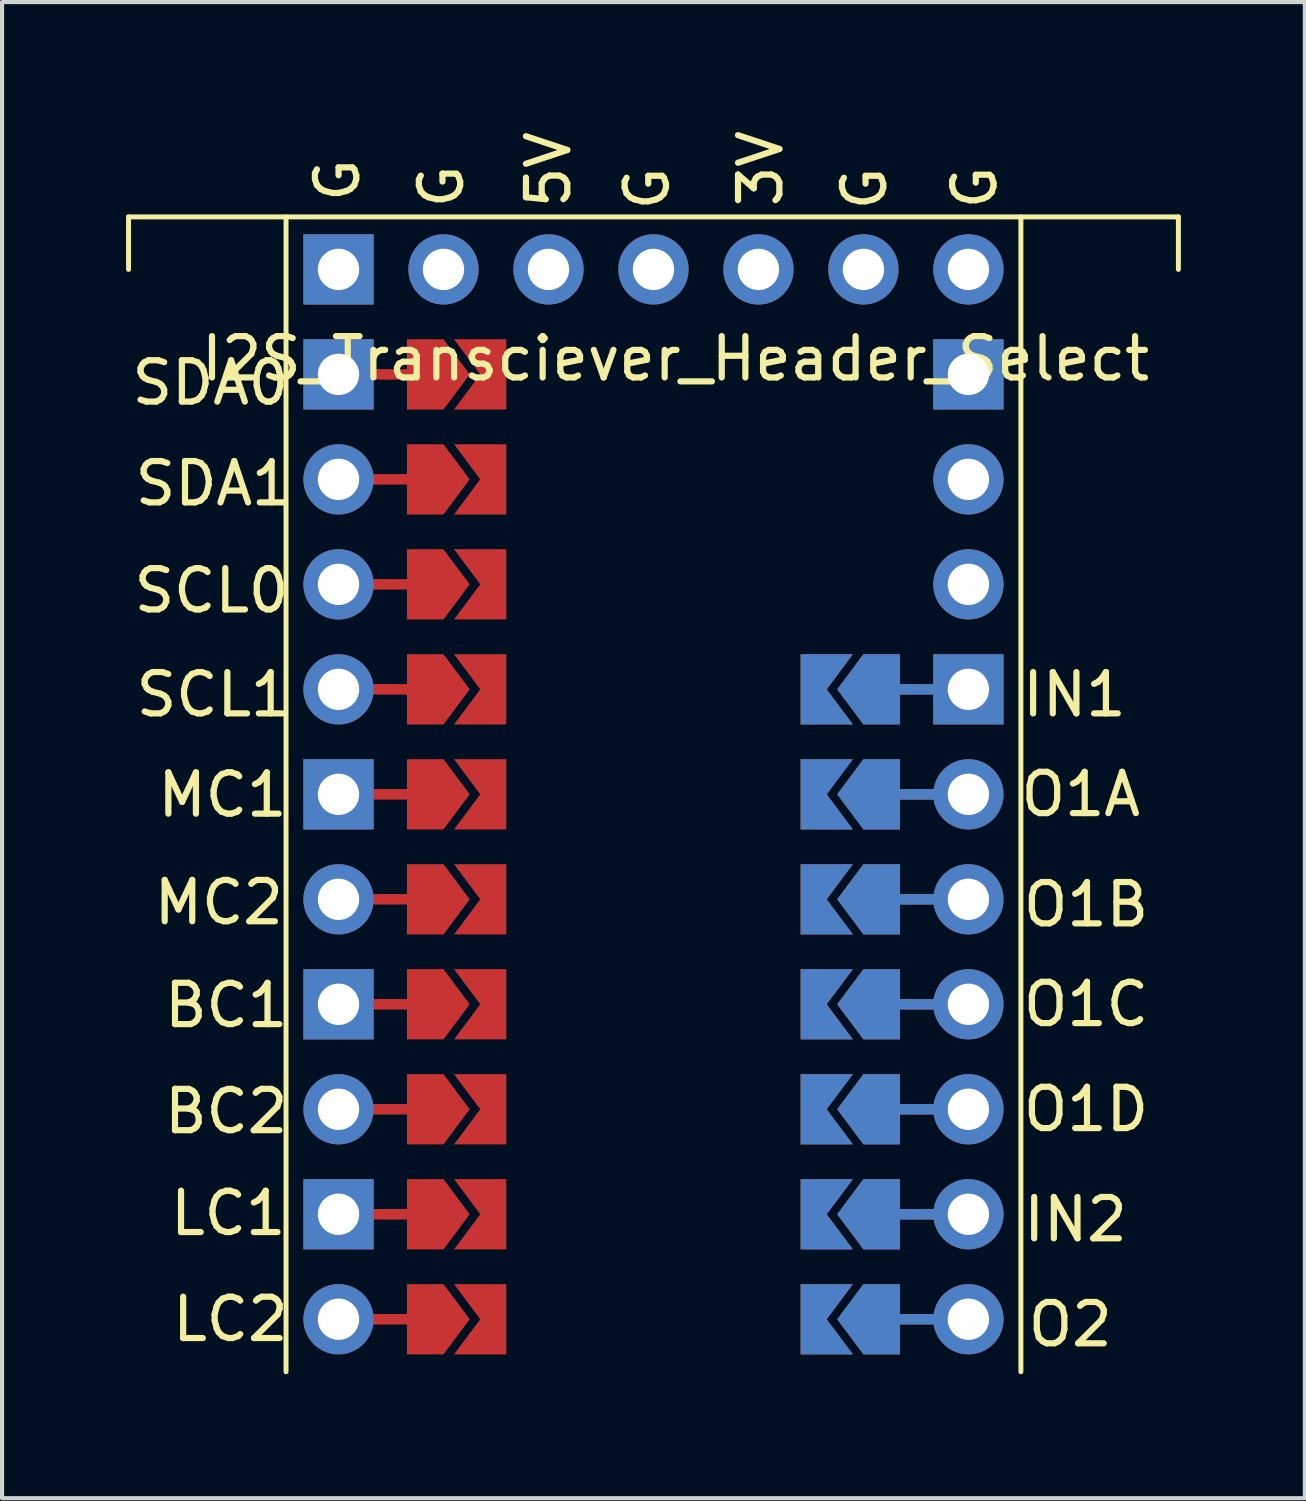
<source format=kicad_pcb>
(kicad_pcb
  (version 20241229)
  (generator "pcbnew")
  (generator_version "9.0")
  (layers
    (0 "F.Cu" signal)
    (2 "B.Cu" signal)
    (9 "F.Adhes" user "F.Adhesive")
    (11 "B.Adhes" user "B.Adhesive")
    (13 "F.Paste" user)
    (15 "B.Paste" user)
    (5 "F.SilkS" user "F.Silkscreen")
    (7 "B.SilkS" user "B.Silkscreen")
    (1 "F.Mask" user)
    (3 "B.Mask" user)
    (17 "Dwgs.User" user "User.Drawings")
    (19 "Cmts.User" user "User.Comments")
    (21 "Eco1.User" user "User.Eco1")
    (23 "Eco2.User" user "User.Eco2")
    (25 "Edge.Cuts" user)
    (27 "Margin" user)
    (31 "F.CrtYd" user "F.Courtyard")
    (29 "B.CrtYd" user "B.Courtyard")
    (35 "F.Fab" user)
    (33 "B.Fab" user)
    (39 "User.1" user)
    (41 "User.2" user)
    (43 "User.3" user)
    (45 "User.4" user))
  (footprint "I2S_Transciever_Header_Select"
    (layer "F.Cu")
    (at 12.76 16.168)
    (property "Reference" "I2S_Transciever_Header_Select" (at 0.533 -10.541 0) (layer "F.SilkS") (effects (font (size 1 1) (thickness 0.15))))
    (attr through_hole)
    (fp_line (start -7.62 -10.16) (end -5.842 -10.16) (stroke (width 0.254) (type solid)) (layer "F.Cu"))
    (fp_line (start -7.62 -7.62) (end -5.842 -7.62) (stroke (width 0.254) (type solid)) (layer "F.Cu"))
    (fp_line (start -7.62 -5.08) (end -5.842 -5.08) (stroke (width 0.254) (type solid)) (layer "F.Cu"))
    (fp_line (start -7.62 -2.54) (end -5.842 -2.54) (stroke (width 0.254) (type solid)) (layer "F.Cu"))
    (fp_line (start -7.62 0) (end -5.842 0) (stroke (width 0.254) (type solid)) (layer "F.Cu"))
    (fp_line (start -7.62 2.54) (end -5.842 2.54) (stroke (width 0.254) (type solid)) (layer "F.Cu"))
    (fp_line (start -7.62 5.08) (end -5.842 5.08) (stroke (width 0.254) (type solid)) (layer "F.Cu"))
    (fp_line (start -7.62 7.62) (end -5.842 7.62) (stroke (width 0.254) (type solid)) (layer "F.Cu"))
    (fp_line (start -7.62 10.16) (end -5.842 10.16) (stroke (width 0.254) (type solid)) (layer "F.Cu"))
    (fp_line (start -7.62 12.7) (end -5.842 12.7) (stroke (width 0.254) (type solid)) (layer "F.Cu"))
    (fp_line (start 7.62 -2.54) (end 5.842 -2.54) (stroke (width 0.254) (type solid)) (layer "F.Cu"))
    (fp_line (start 7.62 0) (end 5.842 0) (stroke (width 0.254) (type solid)) (layer "F.Cu"))
    (fp_line (start 7.62 2.54) (end 5.842 2.54) (stroke (width 0.254) (type solid)) (layer "F.Cu"))
    (fp_line (start 7.62 5.08) (end 5.842 5.08) (stroke (width 0.254) (type solid)) (layer "F.Cu"))
    (fp_line (start 7.62 7.62) (end 5.842 7.62) (stroke (width 0.254) (type solid)) (layer "F.Cu"))
    (fp_line (start 7.62 10.16) (end 5.842 10.16) (stroke (width 0.254) (type solid)) (layer "F.Cu"))
    (fp_line (start 7.62 12.7) (end 5.842 12.7) (stroke (width 0.254) (type solid)) (layer "F.Cu"))
    (fp_poly (pts (xy -4.293 8.471) (xy -5.639 8.471) (xy -5.639 6.769) (xy -4.293 6.769)) (stroke (width 0.00001) (type solid)) (fill yes) (layer "F.Mask"))
    (fp_poly (pts (xy -4.204 -1.702) (xy -5.55 -1.702) (xy -5.537 -3.378) (xy -4.191 -3.378)) (stroke (width 0.00001) (type solid)) (fill yes) (layer "F.Mask"))
    (fp_poly (pts (xy -4.166 -9.322) (xy -5.512 -9.322) (xy -5.512 -11.024) (xy -4.166 -11.024)) (stroke (width 0.00001) (type solid)) (fill yes) (layer "F.Mask"))
    (fp_poly (pts (xy -4.14 0.838) (xy -5.486 0.838) (xy -5.486 -0.864) (xy -4.14 -0.864)) (stroke (width 0.00001) (type solid)) (fill yes) (layer "F.Mask"))
    (fp_poly (pts (xy -4.128 5.918) (xy -5.474 5.918) (xy -5.486 4.242) (xy -4.14 4.242)) (stroke (width 0.00001) (type solid)) (fill yes) (layer "F.Mask"))
    (fp_poly (pts (xy -4.102 -4.242) (xy -5.448 -4.242) (xy -5.436 -5.918) (xy -4.089 -5.918)) (stroke (width 0.00001) (type solid)) (fill yes) (layer "F.Mask"))
    (fp_poly (pts (xy -4.089 3.378) (xy -5.436 3.378) (xy -5.436 1.676) (xy -4.089 1.676)) (stroke (width 0.00001) (type solid)) (fill yes) (layer "F.Mask"))
    (fp_poly (pts (xy -4.077 -6.756) (xy -5.423 -6.756) (xy -5.436 -8.484) (xy -4.089 -8.484)) (stroke (width 0.00001) (type solid)) (fill yes) (layer "F.Mask"))
    (fp_poly (pts (xy -4.064 11.024) (xy -5.41 11.024) (xy -5.41 9.322) (xy -4.064 9.322)) (stroke (width 0.00001) (type solid)) (fill yes) (layer "F.Mask"))
    (fp_poly (pts (xy -4.039 13.564) (xy -5.385 13.564) (xy -5.385 11.862) (xy -4.039 11.862)) (stroke (width 0.00001) (type solid)) (fill yes) (layer "F.Mask"))
    (fp_poly (pts (xy 4.039 4.216) (xy 5.385 4.216) (xy 5.385 5.918) (xy 4.039 5.918)) (stroke (width 0.00001) (type solid)) (fill yes) (layer "F.Mask"))
    (fp_poly (pts (xy 4.039 6.756) (xy 5.385 6.756) (xy 5.385 8.458) (xy 4.039 8.458)) (stroke (width 0.00001) (type solid)) (fill yes) (layer "F.Mask"))
    (fp_poly (pts (xy 4.064 -3.404) (xy 5.41 -3.404) (xy 5.41 -1.702) (xy 4.064 -1.702)) (stroke (width 0.00001) (type solid)) (fill yes) (layer "F.Mask"))
    (fp_poly (pts (xy 4.089 11.862) (xy 5.436 11.862) (xy 5.436 13.564) (xy 4.089 13.564)) (stroke (width 0.00001) (type solid)) (fill yes) (layer "F.Mask"))
    (fp_poly (pts (xy 4.115 1.676) (xy 5.461 1.676) (xy 5.461 3.378) (xy 4.115 3.378)) (stroke (width 0.00001) (type solid)) (fill yes) (layer "F.Mask"))
    (fp_poly (pts (xy 4.115 9.296) (xy 5.461 9.296) (xy 5.461 10.998) (xy 4.115 10.998)) (stroke (width 0.00001) (type solid)) (fill yes) (layer "F.Mask"))
    (fp_poly (pts (xy 4.14 -0.864) (xy 5.486 -0.864) (xy 5.486 0.838) (xy 4.14 0.838)) (stroke (width 0.00001) (type solid)) (fill yes) (layer "F.Mask"))
    (fp_line (start 7.62 -2.54) (end 5.842 -2.54) (stroke (width 0.254) (type solid)) (layer "B.Cu"))
    (fp_line (start 7.62 0) (end 5.842 0) (stroke (width 0.254) (type solid)) (layer "B.Cu"))
    (fp_line (start 7.62 2.54) (end 5.842 2.54) (stroke (width 0.254) (type solid)) (layer "B.Cu"))
    (fp_line (start 7.62 5.08) (end 5.842 5.08) (stroke (width 0.254) (type solid)) (layer "B.Cu"))
    (fp_line (start 7.62 7.62) (end 5.842 7.62) (stroke (width 0.254) (type solid)) (layer "B.Cu"))
    (fp_line (start 7.62 10.16) (end 5.842 10.16) (stroke (width 0.254) (type solid)) (layer "B.Cu"))
    (fp_line (start 7.62 12.7) (end 5.842 12.7) (stroke (width 0.254) (type solid)) (layer "B.Cu"))
    (fp_poly (pts (xy 4.039 4.216) (xy 5.385 4.216) (xy 5.385 5.918) (xy 4.039 5.918)) (stroke (width 0.00001) (type solid)) (fill yes) (layer "B.Mask"))
    (fp_poly (pts (xy 4.039 6.756) (xy 5.385 6.756) (xy 5.385 8.458) (xy 4.039 8.458)) (stroke (width 0.00001) (type solid)) (fill yes) (layer "B.Mask"))
    (fp_poly (pts (xy 4.064 -3.404) (xy 5.41 -3.404) (xy 5.41 -1.702) (xy 4.064 -1.702)) (stroke (width 0.00001) (type solid)) (fill yes) (layer "B.Mask"))
    (fp_poly (pts (xy 4.089 11.862) (xy 5.436 11.862) (xy 5.436 13.564) (xy 4.089 13.564)) (stroke (width 0.00001) (type solid)) (fill yes) (layer "B.Mask"))
    (fp_poly (pts (xy 4.115 1.676) (xy 5.461 1.676) (xy 5.461 3.378) (xy 4.115 3.378)) (stroke (width 0.00001) (type solid)) (fill yes) (layer "B.Mask"))
    (fp_poly (pts (xy 4.115 9.296) (xy 5.461 9.296) (xy 5.461 10.998) (xy 4.115 10.998)) (stroke (width 0.00001) (type solid)) (fill yes) (layer "B.Mask"))
    (fp_poly (pts (xy 4.14 -0.864) (xy 5.486 -0.864) (xy 5.486 0.838) (xy 4.14 0.838)) (stroke (width 0.00001) (type solid)) (fill yes) (layer "B.Mask"))
    (fp_line (start -12.7 -13.97) (end -12.7 -12.7) (stroke (width 0.12) (type solid)) (layer "F.SilkS"))
    (fp_line (start -12.7 -13.97) (end 12.7 -13.97) (stroke (width 0.12) (type solid)) (layer "F.SilkS"))
    (fp_line (start -8.89 -13.97) (end -8.89 13.97) (stroke (width 0.12) (type solid)) (layer "F.SilkS"))
    (fp_line (start 8.89 -13.97) (end 8.89 13.97) (stroke (width 0.12) (type solid)) (layer "F.SilkS"))
    (fp_line (start 12.7 -13.97) (end 12.7 -12.7) (stroke (width 0.12) (type solid)) (layer "F.SilkS"))
    (fp_text user "G" (at -7.645 -14.859 90) (layer "F.SilkS") (effects (font (size 1 1) (thickness 0.15))))
    (fp_text user "5V" (at -2.54 -15.113 90) (layer "F.SilkS") (effects (font (size 1 1) (thickness 0.15))))
    (fp_text user "G" (at 5.105 -14.656 90) (layer "F.SilkS") (effects (font (size 1 1) (thickness 0.15))))
    (fp_text user "O1A" (at 10.338 0 0) (layer "F.SilkS") (effects (font (size 1 1) (thickness 0.15))))
    (fp_text user "O1B" (at 10.465 2.667 0) (layer "F.SilkS") (effects (font (size 1 1) (thickness 0.15))))
    (fp_text user "IN2" (at 10.211 10.287 0) (layer "F.SilkS") (effects (font (size 1 1) (thickness 0.15))))
    (fp_text user "3V" (at 2.591 -15.138 270) (layer "F.SilkS") (effects (font (size 1 1) (thickness 0.15))))
    (fp_text user "SCL0" (at -10.693 -4.928 0) (layer "F.SilkS") (effects (font (size 1 1) (thickness 0.15))))
    (fp_text user "SCL1" (at -10.643 -2.413 0) (layer "F.SilkS") (effects (font (size 1 1) (thickness 0.15))))
    (fp_text user "LC2" (at -10.236 12.7 0) (layer "F.SilkS") (effects (font (size 1 1) (thickness 0.15))))
    (fp_text user "BC1" (at -10.338 5.105 0) (layer "F.SilkS") (effects (font (size 1 1) (thickness 0.15))))
    (fp_text user "BC2" (at -10.338 7.671 0) (layer "F.SilkS") (effects (font (size 1 1) (thickness 0.15))))
    (fp_text user "G" (at 7.772 -14.681 90) (layer "F.SilkS") (effects (font (size 1 1) (thickness 0.15))))
    (fp_text user "MC2" (at -10.516 2.616 0) (layer "F.SilkS") (effects (font (size 1 1) (thickness 0.15))))
    (fp_text user "SDA1" (at -10.643 -7.518 0) (layer "F.SilkS") (effects (font (size 1 1) (thickness 0.15))))
    (fp_text user "O1C" (at 10.465 5.08 0) (layer "F.SilkS") (effects (font (size 1 1) (thickness 0.15))))
    (fp_text user "O1D" (at 10.465 7.62 0) (layer "F.SilkS") (effects (font (size 1 1) (thickness 0.15))))
    (fp_text user "LC1" (at -10.287 10.135 0) (layer "F.SilkS") (effects (font (size 1 1) (thickness 0.15))))
    (fp_text user "MC1" (at -10.427 0.013 0) (layer "F.SilkS") (effects (font (size 1 1) (thickness 0.15))))
    (fp_text user "SDA0" (at -10.719 -9.957 0) (layer "F.SilkS") (effects (font (size 1 1) (thickness 0.15))))
    (fp_text user "G" (at -0.152 -14.656 90) (layer "F.SilkS") (effects (font (size 1 1) (thickness 0.15))))
    (fp_text user "O2" (at 10.084 12.827 0) (layer "F.SilkS") (effects (font (size 1 1) (thickness 0.15))))
    (fp_text user "IN1" (at 10.185 -2.413 0) (layer "F.SilkS") (effects (font (size 1 1) (thickness 0.15))))
    (fp_text user "G" (at -5.131 -14.707 90) (layer "F.SilkS") (effects (font (size 1 1) (thickness 0.15))))
    (pad "1" thru_hole oval (at -7.62 12.7) (size 1.7 1.7) (drill 1) (layers "*.Cu" "*.Mask"))
    (pad "2" thru_hole custom (at -7.62 10.16) (size 1.7 1.7) (drill 1) (layers "*.Cu" "*.Mask") (options (anchor rect)) (primitives))
    (pad "3" thru_hole oval (at -7.62 7.62) (size 1.7 1.7) (drill 1) (layers "*.Cu" "*.Mask"))
    (pad "4" thru_hole custom (at -7.62 5.08) (size 1.7 1.7) (drill 1) (layers "*.Cu" "*.Mask") (options (anchor rect)) (primitives))
    (pad "5" thru_hole oval (at -7.62 2.54) (size 1.7 1.7) (drill 1) (layers "*.Cu" "*.Mask"))
    (pad "6" thru_hole custom (at -7.62 0) (size 1.7 1.7) (drill 1) (layers "*.Cu" "*.Mask") (options (anchor rect)) (primitives))
    (pad "7" thru_hole oval (at -7.62 -2.54) (size 1.7 1.7) (drill 1) (layers "*.Cu" "*.Mask"))
    (pad "8" thru_hole oval (at -7.62 -5.08) (size 1.7 1.7) (drill 1) (layers "*.Cu" "*.Mask"))
    (pad "9" thru_hole oval (at -7.62 -7.62) (size 1.7 1.7) (drill 1) (layers "*.Cu" "*.Mask"))
    (pad "10" thru_hole custom (at -7.62 -10.16) (size 1.7 1.7) (drill 1) (layers "*.Cu" "*.Mask") (options (anchor rect)) (primitives))
    (pad "11" thru_hole rect (at -7.62 -12.7) (size 1.7 1.7) (drill 1) (layers "*.Cu" "*.Mask"))
    (pad "12" thru_hole circle (at -5.08 -12.7 90) (size 1.7 1.7) (drill 1) (layers "*.Cu" "*.Mask"))
    (pad "13" thru_hole oval (at -2.54 -12.7 90) (size 1.7 1.7) (drill 1) (layers "*.Cu" "*.Mask"))
    (pad "14" thru_hole circle (at 0 -12.7 90) (size 1.7 1.7) (drill 1) (layers "*.Cu" "*.Mask"))
    (pad "15" thru_hole oval (at 2.54 -12.7 90) (size 1.7 1.7) (drill 1) (layers "*.Cu" "*.Mask"))
    (pad "16" thru_hole oval (at 5.08 -12.7 90) (size 1.7 1.7) (drill 1) (layers "*.Cu" "*.Mask"))
    (pad "17" thru_hole circle (at 7.62 -12.7) (size 1.7 1.7) (drill 1) (layers "*.Cu" "*.Mask"))
    (pad "18" thru_hole custom (at 7.62 -10.16) (size 1.7 1.7) (drill 1) (layers "*.Cu" "*.Mask") (options (anchor rect)) (primitives))
    (pad "19" thru_hole oval (at 7.62 -7.62) (size 1.7 1.7) (drill 1) (layers "*.Cu" "*.Mask"))
    (pad "20" thru_hole oval (at 7.62 -5.08) (size 1.7 1.7) (drill 1) (layers "*.Cu" "*.Mask"))
    (pad "21" thru_hole custom (at 7.62 -2.54) (size 1.7 1.7) (drill 1) (layers "*.Cu" "*.Mask") (options (anchor rect)) (primitives))
    (pad "22" thru_hole oval (at 7.62 0) (size 1.7 1.7) (drill 1) (layers "*.Cu" "*.Mask"))
    (pad "23" thru_hole oval (at 7.62 2.54) (size 1.7 1.7) (drill 1) (layers "*.Cu" "*.Mask"))
    (pad "24" thru_hole oval (at 7.62 5.08) (size 1.7 1.7) (drill 1) (layers "*.Cu" "*.Mask"))
    (pad "25" thru_hole oval (at 7.62 7.62) (size 1.7 1.7) (drill 1) (layers "*.Cu" "*.Mask"))
    (pad "26" thru_hole oval (at 7.62 10.16) (size 1.7 1.7) (drill 1) (layers "*.Cu" "*.Mask"))
    (pad "27" thru_hole oval (at 7.62 12.7) (size 1.7 1.7) (drill 1) (layers "*.Cu" "*.Mask"))
    (pad "B" smd custom (at -3.81 5.08) (size 0.5 1.7) (layers "F.Cu" "F.Mask") (options (anchor rect)) (primitives (gr_poly (pts (xy -1.016 -0.85) (xy 0 -0.85) (xy 0 0.85) (xy -1.016 0.85) (xy -0.381 0)) (width 0) (fill yes))))
    (pad "B" smd custom (at -3.81 7.62) (size 0.5 1.7) (layers "F.Cu" "F.Mask") (options (anchor rect)) (primitives (gr_poly (pts (xy -1.016 -0.85) (xy 0 -0.85) (xy 0 0.85) (xy -1.016 0.85) (xy -0.381 0)) (width 0) (fill yes))))
    (pad "BC1" smd custom (at -5.715 5.08 180) (size 0.5 1.7) (layers "F.Cu" "F.Mask") (options (anchor rect)) (primitives (gr_poly (pts (xy -0.635 -0.85) (xy 0 -0.85) (xy 0 0.85) (xy -0.635 0.85) (xy -1.27 0)) (width 0) (fill yes))))
    (pad "BC2" smd custom (at -5.715 7.62 180) (size 0.5 1.7) (layers "F.Cu" "F.Mask") (options (anchor rect)) (primitives (gr_poly (pts (xy -0.635 -0.85) (xy 0 -0.85) (xy 0 0.85) (xy -0.635 0.85) (xy -1.27 0)) (width 0) (fill yes))))
    (pad "D1" smd custom (at 3.81 -2.54 180) (size 0.5 1.7) (layers "F.Cu" "F.Mask") (options (anchor rect)) (primitives (gr_poly (pts (xy -1.016 -0.85) (xy 0 -0.85) (xy 0 0.85) (xy -1.016 0.85) (xy -0.381 0)) (width 0) (fill yes))))
    (pad "D1" smd custom (at 3.81 0 180) (size 0.5 1.7) (layers "F.Cu" "F.Mask") (options (anchor rect)) (primitives (gr_poly (pts (xy -1.016 -0.85) (xy 0 -0.85) (xy 0 0.85) (xy -1.016 0.85) (xy -0.381 0)) (width 0) (fill yes))))
    (pad "D1" smd custom (at 3.81 2.54 180) (size 0.5 1.7) (layers "F.Cu" "F.Mask") (options (anchor rect)) (primitives (gr_poly (pts (xy -1.016 -0.85) (xy 0 -0.85) (xy 0 0.85) (xy -1.016 0.85) (xy -0.381 0)) (width 0) (fill yes))))
    (pad "D1" smd custom (at 3.81 5.08 180) (size 0.5 1.7) (layers "F.Cu" "F.Mask") (options (anchor rect)) (primitives (gr_poly (pts (xy -1.016 -0.85) (xy 0 -0.85) (xy 0 0.85) (xy -1.016 0.85) (xy -0.381 0)) (width 0) (fill yes))))
    (pad "D1" smd custom (at 3.81 7.62 180) (size 0.5 1.7) (layers "F.Cu" "F.Mask") (options (anchor rect)) (primitives (gr_poly (pts (xy -1.016 -0.85) (xy 0 -0.85) (xy 0 0.85) (xy -1.016 0.85) (xy -0.381 0)) (width 0) (fill yes))))
    (pad "D1" smd custom (at 3.81 10.16 180) (size 0.5 1.7) (layers "F.Cu" "F.Mask") (options (anchor rect)) (primitives (gr_poly (pts (xy -1.016 -0.85) (xy 0 -0.85) (xy 0 0.85) (xy -1.016 0.85) (xy -0.381 0)) (width 0) (fill yes))))
    (pad "D1" smd custom (at 3.81 12.7 180) (size 0.5 1.7) (layers "F.Cu" "F.Mask") (options (anchor rect)) (primitives (gr_poly (pts (xy -1.016 -0.85) (xy 0 -0.85) (xy 0 0.85) (xy -1.016 0.85) (xy -0.381 0)) (width 0) (fill yes))))
    (pad "D2" smd custom (at 3.81 -2.54 180) (size 0.5 1.7) (layers "F.Mask" "B.Cu") (options (anchor rect)) (primitives (gr_poly (pts (xy -1.016 -0.85) (xy 0 -0.85) (xy 0 0.85) (xy -1.016 0.85) (xy -0.381 0)) (width 0) (fill yes))))
    (pad "D2" smd custom (at 3.81 0 180) (size 0.5 1.7) (layers "F.Mask" "B.Cu") (options (anchor rect)) (primitives (gr_poly (pts (xy -1.016 -0.85) (xy 0 -0.85) (xy 0 0.85) (xy -1.016 0.85) (xy -0.381 0)) (width 0) (fill yes))))
    (pad "D2" smd custom (at 3.81 2.54 180) (size 0.5 1.7) (layers "F.Mask" "B.Cu") (options (anchor rect)) (primitives (gr_poly (pts (xy -1.016 -0.85) (xy 0 -0.85) (xy 0 0.85) (xy -1.016 0.85) (xy -0.381 0)) (width 0) (fill yes))))
    (pad "D2" smd custom (at 3.81 5.08 180) (size 0.5 1.7) (layers "F.Mask" "B.Cu") (options (anchor rect)) (primitives (gr_poly (pts (xy -1.016 -0.85) (xy 0 -0.85) (xy 0 0.85) (xy -1.016 0.85) (xy -0.381 0)) (width 0) (fill yes))))
    (pad "D2" smd custom (at 3.81 7.62 180) (size 0.5 1.7) (layers "F.Mask" "B.Cu") (options (anchor rect)) (primitives (gr_poly (pts (xy -1.016 -0.85) (xy 0 -0.85) (xy 0 0.85) (xy -1.016 0.85) (xy -0.381 0)) (width 0) (fill yes))))
    (pad "D2" smd custom (at 3.81 10.16 180) (size 0.5 1.7) (layers "F.Mask" "B.Cu") (options (anchor rect)) (primitives (gr_poly (pts (xy -1.016 -0.85) (xy 0 -0.85) (xy 0 0.85) (xy -1.016 0.85) (xy -0.381 0)) (width 0) (fill yes))))
    (pad "D2" smd custom (at 3.81 12.7 180) (size 0.5 1.7) (layers "F.Mask" "B.Cu") (options (anchor rect)) (primitives (gr_poly (pts (xy -1.016 -0.85) (xy 0 -0.85) (xy 0 0.85) (xy -1.016 0.85) (xy -0.381 0)) (width 0) (fill yes))))
    (pad "IN1" smd custom (at 5.715 -2.54) (size 0.5 1.7) (layers "F.Cu" "F.Mask") (options (anchor rect)) (primitives (gr_poly (pts (xy -0.635 -0.85) (xy 0 -0.85) (xy 0 0.85) (xy -0.635 0.85) (xy -1.27 0)) (width 0) (fill yes))))
    (pad "IN1" smd custom (at 5.715 -2.54) (size 0.5 1.7) (layers "F.Mask" "B.Cu") (options (anchor rect)) (primitives (gr_poly (pts (xy -0.635 -0.85) (xy 0 -0.85) (xy 0 0.85) (xy -0.635 0.85) (xy -1.27 0)) (width 0) (fill yes))))
    (pad "IN2" smd custom (at 5.715 10.16) (size 0.5 1.7) (layers "F.Cu" "F.Mask") (options (anchor rect)) (primitives (gr_poly (pts (xy -0.635 -0.85) (xy 0 -0.85) (xy 0 0.85) (xy -0.635 0.85) (xy -1.27 0)) (width 0) (fill yes))))
    (pad "IN2" smd custom (at 5.715 10.16) (size 0.5 1.7) (layers "F.Mask" "B.Cu") (options (anchor rect)) (primitives (gr_poly (pts (xy -0.635 -0.85) (xy 0 -0.85) (xy 0 0.85) (xy -0.635 0.85) (xy -1.27 0)) (width 0) (fill yes))))
    (pad "L" smd custom (at -3.81 10.16) (size 0.5 1.7) (layers "F.Cu" "F.Mask") (options (anchor rect)) (primitives (gr_poly (pts (xy -1.016 -0.85) (xy 0 -0.85) (xy 0 0.85) (xy -1.016 0.85) (xy -0.381 0)) (width 0) (fill yes))))
    (pad "L" smd custom (at -3.81 12.7) (size 0.5 1.7) (layers "F.Cu" "F.Mask") (options (anchor rect)) (primitives (gr_poly (pts (xy -1.016 -0.85) (xy 0 -0.85) (xy 0 0.85) (xy -1.016 0.85) (xy -0.381 0)) (width 0) (fill yes))))
    (pad "LC1" smd custom (at -5.715 10.16 180) (size 0.5 1.7) (layers "F.Cu" "F.Mask") (options (anchor rect)) (primitives (gr_poly (pts (xy -0.635 -0.85) (xy 0 -0.85) (xy 0 0.85) (xy -0.635 0.85) (xy -1.27 0)) (width 0) (fill yes))))
    (pad "LC2" smd custom (at -5.715 12.7 180) (size 0.5 1.7) (layers "F.Cu" "F.Mask") (options (anchor rect)) (primitives (gr_poly (pts (xy -0.635 -0.85) (xy 0 -0.85) (xy 0 0.85) (xy -0.635 0.85) (xy -1.27 0)) (width 0) (fill yes))))
    (pad "M" smd custom (at -3.81 0) (size 0.5 1.7) (layers "F.Cu" "F.Mask") (options (anchor rect)) (primitives (gr_poly (pts (xy -1.016 -0.85) (xy 0 -0.85) (xy 0 0.85) (xy -1.016 0.85) (xy -0.381 0)) (width 0) (fill yes))))
    (pad "M" smd custom (at -3.81 2.54) (size 0.5 1.7) (layers "F.Cu" "F.Mask") (options (anchor rect)) (primitives (gr_poly (pts (xy -1.016 -0.85) (xy 0 -0.85) (xy 0 0.85) (xy -1.016 0.85) (xy -0.381 0)) (width 0) (fill yes))))
    (pad "MC1" smd custom (at -5.715 0 180) (size 0.5 1.7) (layers "F.Cu" "F.Mask") (options (anchor rect)) (primitives (gr_poly (pts (xy -0.635 -0.85) (xy 0 -0.85) (xy 0 0.85) (xy -0.635 0.85) (xy -1.27 0)) (width 0) (fill yes))))
    (pad "MC2" smd custom (at -5.715 2.54 180) (size 0.5 1.7) (layers "F.Cu" "F.Mask") (options (anchor rect)) (primitives (gr_poly (pts (xy -0.635 -0.85) (xy 0 -0.85) (xy 0 0.85) (xy -0.635 0.85) (xy -1.27 0)) (width 0) (fill yes))))
    (pad "O1A" smd custom (at 5.715 0) (size 0.5 1.7) (layers "F.Cu" "F.Mask") (options (anchor rect)) (primitives (gr_poly (pts (xy -0.635 -0.85) (xy 0 -0.85) (xy 0 0.85) (xy -0.635 0.85) (xy -1.27 0)) (width 0) (fill yes))))
    (pad "O1A" smd custom (at 5.715 0) (size 0.5 1.7) (layers "F.Mask" "B.Cu") (options (anchor rect)) (primitives (gr_poly (pts (xy -0.635 -0.85) (xy 0 -0.85) (xy 0 0.85) (xy -0.635 0.85) (xy -1.27 0)) (width 0) (fill yes))))
    (pad "O1B" smd custom (at 5.715 2.54) (size 0.5 1.7) (layers "F.Cu" "F.Mask") (options (anchor rect)) (primitives (gr_poly (pts (xy -0.635 -0.85) (xy 0 -0.85) (xy 0 0.85) (xy -0.635 0.85) (xy -1.27 0)) (width 0) (fill yes))))
    (pad "O1B" smd custom (at 5.715 2.54) (size 0.5 1.7) (layers "F.Mask" "B.Cu") (options (anchor rect)) (primitives (gr_poly (pts (xy -0.635 -0.85) (xy 0 -0.85) (xy 0 0.85) (xy -0.635 0.85) (xy -1.27 0)) (width 0) (fill yes))))
    (pad "O1C" smd custom (at 5.715 5.08) (size 0.5 1.7) (layers "F.Cu" "F.Mask") (options (anchor rect)) (primitives (gr_poly (pts (xy -0.635 -0.85) (xy 0 -0.85) (xy 0 0.85) (xy -0.635 0.85) (xy -1.27 0)) (width 0) (fill yes))))
    (pad "O1C" smd custom (at 5.715 5.08) (size 0.5 1.7) (layers "F.Mask" "B.Cu") (options (anchor rect)) (primitives (gr_poly (pts (xy -0.635 -0.85) (xy 0 -0.85) (xy 0 0.85) (xy -0.635 0.85) (xy -1.27 0)) (width 0) (fill yes))))
    (pad "O1D" smd custom (at 5.715 7.62) (size 0.5 1.7) (layers "F.Cu" "F.Mask") (options (anchor rect)) (primitives (gr_poly (pts (xy -0.635 -0.85) (xy 0 -0.85) (xy 0 0.85) (xy -0.635 0.85) (xy -1.27 0)) (width 0) (fill yes))))
    (pad "O1D" smd custom (at 5.715 7.62) (size 0.5 1.7) (layers "F.Mask" "B.Cu") (options (anchor rect)) (primitives (gr_poly (pts (xy -0.635 -0.85) (xy 0 -0.85) (xy 0 0.85) (xy -0.635 0.85) (xy -1.27 0)) (width 0) (fill yes))))
    (pad "O2" smd custom (at 5.715 12.7) (size 0.5 1.7) (layers "F.Cu" "F.Mask") (options (anchor rect)) (primitives (gr_poly (pts (xy -0.635 -0.85) (xy 0 -0.85) (xy 0 0.85) (xy -0.635 0.85) (xy -1.27 0)) (width 0) (fill yes))))
    (pad "O2" smd custom (at 5.715 12.7) (size 0.5 1.7) (layers "F.Mask" "B.Cu") (options (anchor rect)) (primitives (gr_poly (pts (xy -0.635 -0.85) (xy 0 -0.85) (xy 0 0.85) (xy -0.635 0.85) (xy -1.27 0)) (width 0) (fill yes))))
    (pad "SCL" smd custom (at -3.81 -5.08) (size 0.5 1.7) (layers "F.Cu" "F.Mask") (options (anchor rect)) (primitives (gr_poly (pts (xy -1.016 -0.85) (xy 0 -0.85) (xy 0 0.85) (xy -1.016 0.85) (xy -0.381 0)) (width 0) (fill yes))))
    (pad "SCL" smd custom (at -3.81 -2.54) (size 0.5 1.7) (layers "F.Cu" "F.Mask") (options (anchor rect)) (primitives (gr_poly (pts (xy -1.016 -0.85) (xy 0 -0.85) (xy 0 0.85) (xy -1.016 0.85) (xy -0.381 0)) (width 0) (fill yes))))
    (pad "SCL0" smd custom (at -5.715 -5.08 180) (size 0.5 1.7) (layers "F.Cu" "F.Mask") (options (anchor rect)) (primitives (gr_poly (pts (xy -0.635 -0.85) (xy 0 -0.85) (xy 0 0.85) (xy -0.635 0.85) (xy -1.27 0)) (width 0) (fill yes))))
    (pad "SCL1" smd custom (at -5.715 -2.54 180) (size 0.5 1.7) (layers "F.Cu" "F.Mask") (options (anchor rect)) (primitives (gr_poly (pts (xy -0.635 -0.85) (xy 0 -0.85) (xy 0 0.85) (xy -0.635 0.85) (xy -1.27 0)) (width 0) (fill yes))))
    (pad "SDA" smd custom (at -3.81 -10.16) (size 0.5 1.7) (layers "F.Cu" "F.Mask") (options (anchor rect)) (primitives (gr_poly (pts (xy -1.016 -0.85) (xy 0 -0.85) (xy 0 0.85) (xy -1.016 0.85) (xy -0.381 0)) (width 0) (fill yes))))
    (pad "SDA" smd custom (at -3.81 -7.62) (size 0.5 1.7) (layers "F.Cu" "F.Mask") (options (anchor rect)) (primitives (gr_poly (pts (xy -1.016 -0.85) (xy 0 -0.85) (xy 0 0.85) (xy -1.016 0.85) (xy -0.381 0)) (width 0) (fill yes))))
    (pad "SDA0" smd custom (at -5.715 -10.16 180) (size 0.5 1.7) (layers "F.Cu" "F.Mask") (options (anchor rect)) (primitives (gr_poly (pts (xy -0.635 -0.85) (xy 0 -0.85) (xy 0 0.85) (xy -0.635 0.85) (xy -1.27 0)) (width 0) (fill yes))))
    (pad "SDA1" smd custom (at -5.715 -7.62 180) (size 0.5 1.7) (layers "F.Cu" "F.Mask") (options (anchor rect)) (primitives (gr_poly (pts (xy -0.635 -0.85) (xy 0 -0.85) (xy 0 0.85) (xy -0.635 0.85) (xy -1.27 0)) (width 0) (fill yes)))))
  (gr_rect
    (start -3 -3)
    (end 28.52 33.198)
    (stroke (width 0.1) (type default))
    (fill no)
    (layer "Edge.Cuts")))
</source>
